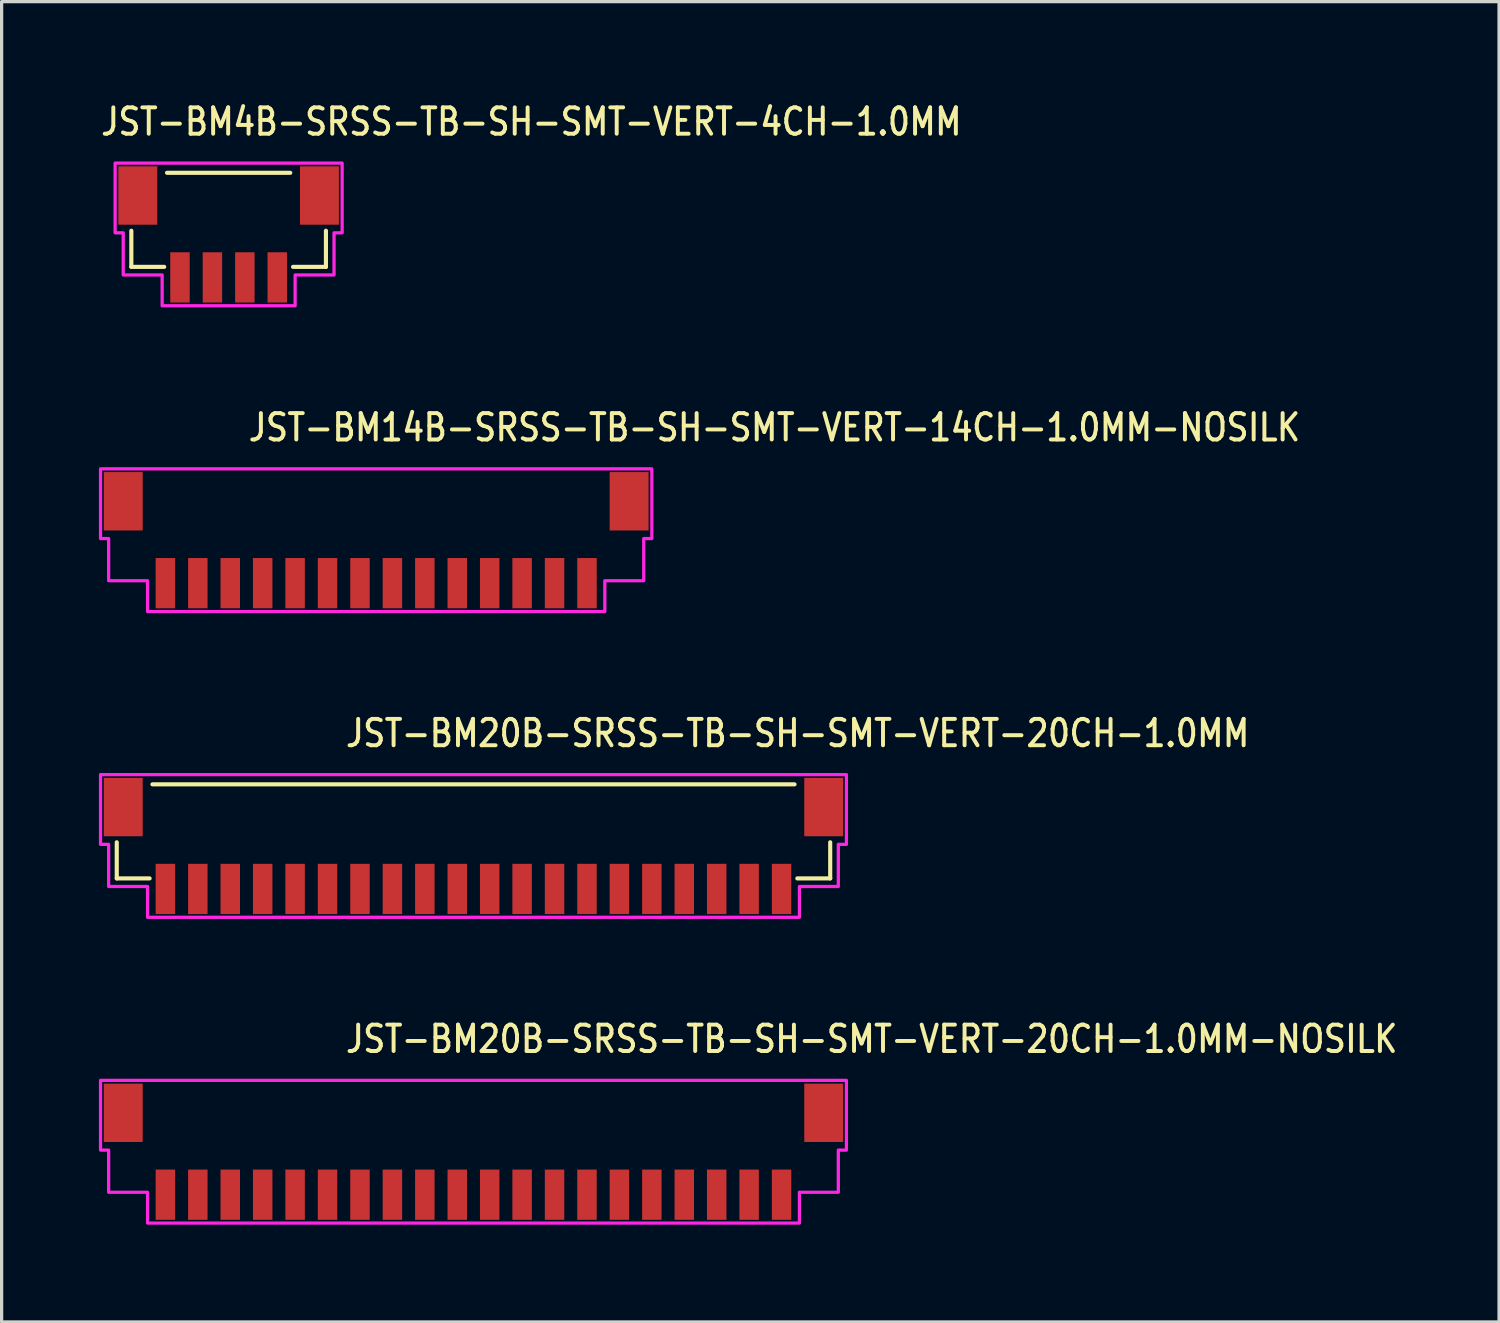
<source format=kicad_pcb>
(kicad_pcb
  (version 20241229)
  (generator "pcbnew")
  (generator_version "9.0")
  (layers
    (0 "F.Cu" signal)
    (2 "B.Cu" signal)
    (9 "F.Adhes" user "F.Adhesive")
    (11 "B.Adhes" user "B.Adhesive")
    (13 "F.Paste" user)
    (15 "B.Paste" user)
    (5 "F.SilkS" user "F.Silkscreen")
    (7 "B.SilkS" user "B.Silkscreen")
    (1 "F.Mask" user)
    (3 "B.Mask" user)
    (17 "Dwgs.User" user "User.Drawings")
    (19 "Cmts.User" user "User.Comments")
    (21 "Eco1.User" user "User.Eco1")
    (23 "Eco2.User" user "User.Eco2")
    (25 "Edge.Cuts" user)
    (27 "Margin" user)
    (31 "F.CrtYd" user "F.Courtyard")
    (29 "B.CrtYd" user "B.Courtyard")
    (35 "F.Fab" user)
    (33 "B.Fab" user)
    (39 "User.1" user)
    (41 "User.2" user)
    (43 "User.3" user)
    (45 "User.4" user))
  (footprint "JST-BM20B-SRSS-TB-SH-SMT-VERT-20CH-1.0MM-NOSILK"
    (layer "F.Cu")
    (at 11.55 32.464)
    (property "Reference" "JST-BM20B-SRSS-TB-SH-SMT-VERT-20CH-1.0MM-NOSILK" (at -4 -3 0) (unlocked yes) (layer "F.SilkS") (effects (font (size 0.813 0.695) (thickness 0.122)) (justify left bottom)))
    (fp_poly (pts (xy -11.5 -2.2) (xy -11.5 -0.05) (xy -11.25 -0.05) (xy -11.25 1.25) (xy -10.05 1.25) (xy -10.05 2.2) (xy 10.05 2.2) (xy 10.05 1.25) (xy 11.25 1.25) (xy 11.25 -0.05) (xy 11.5 -0.05) (xy 11.5 -2.2)) (stroke (width 0.1) (type solid)) (fill no) (layer "F.CrtYd"))
    (pad "P$1" smd rect (at -9.5 1.325) (size 0.6 1.55) (layers "F.Cu" "F.Mask" "F.Paste"))
    (pad "P$2" smd rect (at -8.5 1.325) (size 0.6 1.55) (layers "F.Cu" "F.Mask" "F.Paste"))
    (pad "P$3" smd rect (at -7.5 1.325) (size 0.6 1.55) (layers "F.Cu" "F.Mask" "F.Paste"))
    (pad "P$4" smd rect (at -6.5 1.325) (size 0.6 1.55) (layers "F.Cu" "F.Mask" "F.Paste"))
    (pad "P$5" smd rect (at -5.5 1.325) (size 0.6 1.55) (layers "F.Cu" "F.Mask" "F.Paste"))
    (pad "P$6" smd rect (at -4.5 1.325) (size 0.6 1.55) (layers "F.Cu" "F.Mask" "F.Paste"))
    (pad "P$7" smd rect (at -3.5 1.325) (size 0.6 1.55) (layers "F.Cu" "F.Mask" "F.Paste"))
    (pad "P$8" smd rect (at -2.5 1.325) (size 0.6 1.55) (layers "F.Cu" "F.Mask" "F.Paste"))
    (pad "P$9" smd rect (at -1.5 1.325) (size 0.6 1.55) (layers "F.Cu" "F.Mask" "F.Paste"))
    (pad "P$10" smd rect (at -0.5 1.325) (size 0.6 1.55) (layers "F.Cu" "F.Mask" "F.Paste"))
    (pad "P$11" smd rect (at 0.5 1.325) (size 0.6 1.55) (layers "F.Cu" "F.Mask" "F.Paste"))
    (pad "P$12" smd rect (at 1.5 1.325) (size 0.6 1.55) (layers "F.Cu" "F.Mask" "F.Paste"))
    (pad "P$13" smd rect (at 2.5 1.325) (size 0.6 1.55) (layers "F.Cu" "F.Mask" "F.Paste"))
    (pad "P$14" smd rect (at 3.5 1.325) (size 0.6 1.55) (layers "F.Cu" "F.Mask" "F.Paste"))
    (pad "P$15" smd rect (at 4.5 1.325) (size 0.6 1.55) (layers "F.Cu" "F.Mask" "F.Paste"))
    (pad "P$16" smd rect (at 5.5 1.325) (size 0.6 1.55) (layers "F.Cu" "F.Mask" "F.Paste"))
    (pad "P$17" smd rect (at 6.5 1.325) (size 0.6 1.55) (layers "F.Cu" "F.Mask" "F.Paste"))
    (pad "P$18" smd rect (at 7.5 1.325) (size 0.6 1.55) (layers "F.Cu" "F.Mask" "F.Paste"))
    (pad "P$19" smd rect (at 8.5 1.325) (size 0.6 1.55) (layers "F.Cu" "F.Mask" "F.Paste"))
    (pad "P$20" smd rect (at 9.5 1.325) (size 0.6 1.55) (layers "F.Cu" "F.Mask" "F.Paste"))
    (pad "S$20" smd rect (at 10.8 -1.2) (size 1.2 1.8) (layers "F.Cu" "F.Mask" "F.Paste"))
    (pad "S$21" smd rect (at -10.8 -1.2) (size 1.2 1.8) (layers "F.Cu" "F.Mask" "F.Paste")))
  (footprint "JST-BM4B-SRSS-TB-SH-SMT-VERT-4CH-1.0MM"
    (layer "F.Cu")
    (at 4 4.179)
    (property "Reference" "JST-BM4B-SRSS-TB-SH-SMT-VERT-4CH-1.0MM" (at -4 -3 0) (unlocked yes) (layer "F.SilkS") (effects (font (size 0.813 0.695) (thickness 0.122)) (justify left bottom)))
    (fp_line (start -3 -0.114) (end -3 1) (stroke (width 0.127) (type solid)) (layer "F.SilkS"))
    (fp_line (start -3 1) (end -1.986 1) (stroke (width 0.127) (type solid)) (layer "F.SilkS"))
    (fp_line (start -1.9 -1.9) (end 1.9 -1.9) (stroke (width 0.127) (type solid)) (layer "F.SilkS"))
    (fp_line (start 1.986 1) (end 3 1) (stroke (width 0.127) (type solid)) (layer "F.SilkS"))
    (fp_line (start 3 1) (end 3 -0.114) (stroke (width 0.127) (type solid)) (layer "F.SilkS"))
    (fp_poly (pts (xy -3.5 -2.2) (xy -3.5 -0.05) (xy -3.25 -0.05) (xy -3.25 1.25) (xy -2.05 1.25) (xy -2.05 2.2) (xy 2.05 2.2) (xy 2.05 1.25) (xy 3.25 1.25) (xy 3.25 -0.05) (xy 3.5 -0.05) (xy 3.5 -2.2)) (stroke (width 0.1) (type solid)) (fill no) (layer "F.CrtYd"))
    (pad "P$1" smd rect (at -1.5 1.325) (size 0.6 1.55) (layers "F.Cu" "F.Mask" "F.Paste"))
    (pad "P$2" smd rect (at -0.5 1.325) (size 0.6 1.55) (layers "F.Cu" "F.Mask" "F.Paste"))
    (pad "P$3" smd rect (at 0.5 1.325) (size 0.6 1.55) (layers "F.Cu" "F.Mask" "F.Paste"))
    (pad "P$4" smd rect (at 1.5 1.325) (size 0.6 1.55) (layers "F.Cu" "F.Mask" "F.Paste"))
    (pad "S$4" smd rect (at 2.8 -1.2) (size 1.2 1.8) (layers "F.Cu" "F.Mask" "F.Paste"))
    (pad "S$5" smd rect (at -2.8 -1.2) (size 1.2 1.8) (layers "F.Cu" "F.Mask" "F.Paste")))
  (footprint "JST-BM20B-SRSS-TB-SH-SMT-VERT-20CH-1.0MM"
    (layer "F.Cu")
    (at 11.55 23.036)
    (property "Reference" "JST-BM20B-SRSS-TB-SH-SMT-VERT-20CH-1.0MM" (at -4 -3 0) (unlocked yes) (layer "F.SilkS") (effects (font (size 0.813 0.695) (thickness 0.122)) (justify left bottom)))
    (fp_line (start -11 -0.114) (end -11 1) (stroke (width 0.127) (type solid)) (layer "F.SilkS"))
    (fp_line (start -11 1) (end -9.986 1) (stroke (width 0.127) (type solid)) (layer "F.SilkS"))
    (fp_line (start -9.9 -1.9) (end 9.9 -1.9) (stroke (width 0.127) (type solid)) (layer "F.SilkS"))
    (fp_line (start 9.986 1) (end 11 1) (stroke (width 0.127) (type solid)) (layer "F.SilkS"))
    (fp_line (start 11 1) (end 11 -0.114) (stroke (width 0.127) (type solid)) (layer "F.SilkS"))
    (fp_poly (pts (xy -11.5 -2.2) (xy -11.5 -0.05) (xy -11.25 -0.05) (xy -11.25 1.25) (xy -10.05 1.25) (xy -10.05 2.2) (xy 10.05 2.2) (xy 10.05 1.25) (xy 11.25 1.25) (xy 11.25 -0.05) (xy 11.5 -0.05) (xy 11.5 -2.2)) (stroke (width 0.1) (type solid)) (fill no) (layer "F.CrtYd"))
    (pad "P$1" smd rect (at -9.5 1.325) (size 0.6 1.55) (layers "F.Cu" "F.Mask" "F.Paste"))
    (pad "P$2" smd rect (at -8.5 1.325) (size 0.6 1.55) (layers "F.Cu" "F.Mask" "F.Paste"))
    (pad "P$3" smd rect (at -7.5 1.325) (size 0.6 1.55) (layers "F.Cu" "F.Mask" "F.Paste"))
    (pad "P$4" smd rect (at -6.5 1.325) (size 0.6 1.55) (layers "F.Cu" "F.Mask" "F.Paste"))
    (pad "P$5" smd rect (at -5.5 1.325) (size 0.6 1.55) (layers "F.Cu" "F.Mask" "F.Paste"))
    (pad "P$6" smd rect (at -4.5 1.325) (size 0.6 1.55) (layers "F.Cu" "F.Mask" "F.Paste"))
    (pad "P$7" smd rect (at -3.5 1.325) (size 0.6 1.55) (layers "F.Cu" "F.Mask" "F.Paste"))
    (pad "P$8" smd rect (at -2.5 1.325) (size 0.6 1.55) (layers "F.Cu" "F.Mask" "F.Paste"))
    (pad "P$9" smd rect (at -1.5 1.325) (size 0.6 1.55) (layers "F.Cu" "F.Mask" "F.Paste"))
    (pad "P$10" smd rect (at -0.5 1.325) (size 0.6 1.55) (layers "F.Cu" "F.Mask" "F.Paste"))
    (pad "P$11" smd rect (at 0.5 1.325) (size 0.6 1.55) (layers "F.Cu" "F.Mask" "F.Paste"))
    (pad "P$12" smd rect (at 1.5 1.325) (size 0.6 1.55) (layers "F.Cu" "F.Mask" "F.Paste"))
    (pad "P$13" smd rect (at 2.5 1.325) (size 0.6 1.55) (layers "F.Cu" "F.Mask" "F.Paste"))
    (pad "P$14" smd rect (at 3.5 1.325) (size 0.6 1.55) (layers "F.Cu" "F.Mask" "F.Paste"))
    (pad "P$15" smd rect (at 4.5 1.325) (size 0.6 1.55) (layers "F.Cu" "F.Mask" "F.Paste"))
    (pad "P$16" smd rect (at 5.5 1.325) (size 0.6 1.55) (layers "F.Cu" "F.Mask" "F.Paste"))
    (pad "P$17" smd rect (at 6.5 1.325) (size 0.6 1.55) (layers "F.Cu" "F.Mask" "F.Paste"))
    (pad "P$18" smd rect (at 7.5 1.325) (size 0.6 1.55) (layers "F.Cu" "F.Mask" "F.Paste"))
    (pad "P$19" smd rect (at 8.5 1.325) (size 0.6 1.55) (layers "F.Cu" "F.Mask" "F.Paste"))
    (pad "P$20" smd rect (at 9.5 1.325) (size 0.6 1.55) (layers "F.Cu" "F.Mask" "F.Paste"))
    (pad "S$20" smd rect (at 10.8 -1.2) (size 1.2 1.8) (layers "F.Cu" "F.Mask" "F.Paste"))
    (pad "S$21" smd rect (at -10.8 -1.2) (size 1.2 1.8) (layers "F.Cu" "F.Mask" "F.Paste")))
  (footprint "JST-BM14B-SRSS-TB-SH-SMT-VERT-14CH-1.0MM-NOSILK"
    (layer "F.Cu")
    (at 8.55 13.607)
    (property "Reference" "JST-BM14B-SRSS-TB-SH-SMT-VERT-14CH-1.0MM-NOSILK" (at -4 -3 0) (unlocked yes) (layer "F.SilkS") (effects (font (size 0.813 0.695) (thickness 0.122)) (justify left bottom)))
    (fp_poly (pts (xy -8.5 -2.2) (xy -8.5 -0.05) (xy -8.25 -0.05) (xy -8.25 1.25) (xy -7.05 1.25) (xy -7.05 2.2) (xy 7.05 2.2) (xy 7.05 1.25) (xy 8.25 1.25) (xy 8.25 -0.05) (xy 8.5 -0.05) (xy 8.5 -2.2)) (stroke (width 0.1) (type solid)) (fill no) (layer "F.CrtYd"))
    (pad "P$1" smd rect (at -6.5 1.325) (size 0.6 1.55) (layers "F.Cu" "F.Mask" "F.Paste"))
    (pad "P$2" smd rect (at -5.5 1.325) (size 0.6 1.55) (layers "F.Cu" "F.Mask" "F.Paste"))
    (pad "P$3" smd rect (at -4.5 1.325) (size 0.6 1.55) (layers "F.Cu" "F.Mask" "F.Paste"))
    (pad "P$4" smd rect (at -3.5 1.325) (size 0.6 1.55) (layers "F.Cu" "F.Mask" "F.Paste"))
    (pad "P$5" smd rect (at -2.5 1.325) (size 0.6 1.55) (layers "F.Cu" "F.Mask" "F.Paste"))
    (pad "P$6" smd rect (at -1.5 1.325) (size 0.6 1.55) (layers "F.Cu" "F.Mask" "F.Paste"))
    (pad "P$7" smd rect (at -0.5 1.325) (size 0.6 1.55) (layers "F.Cu" "F.Mask" "F.Paste"))
    (pad "P$8" smd rect (at 0.5 1.325) (size 0.6 1.55) (layers "F.Cu" "F.Mask" "F.Paste"))
    (pad "P$9" smd rect (at 1.5 1.325) (size 0.6 1.55) (layers "F.Cu" "F.Mask" "F.Paste"))
    (pad "P$10" smd rect (at 2.5 1.325) (size 0.6 1.55) (layers "F.Cu" "F.Mask" "F.Paste"))
    (pad "P$11" smd rect (at 3.5 1.325) (size 0.6 1.55) (layers "F.Cu" "F.Mask" "F.Paste"))
    (pad "P$12" smd rect (at 4.5 1.325) (size 0.6 1.55) (layers "F.Cu" "F.Mask" "F.Paste"))
    (pad "P$13" smd rect (at 5.5 1.325) (size 0.6 1.55) (layers "F.Cu" "F.Mask" "F.Paste"))
    (pad "P$14" smd rect (at 6.5 1.325) (size 0.6 1.55) (layers "F.Cu" "F.Mask" "F.Paste"))
    (pad "S$14" smd rect (at 7.8 -1.2) (size 1.2 1.8) (layers "F.Cu" "F.Mask" "F.Paste"))
    (pad "S$15" smd rect (at -7.8 -1.2) (size 1.2 1.8) (layers "F.Cu" "F.Mask" "F.Paste")))
  (gr_rect
    (start -3 -3)
    (end 43.174 37.714)
    (stroke (width 0.1) (type default))
    (fill no)
    (layer "Edge.Cuts")))
</source>
